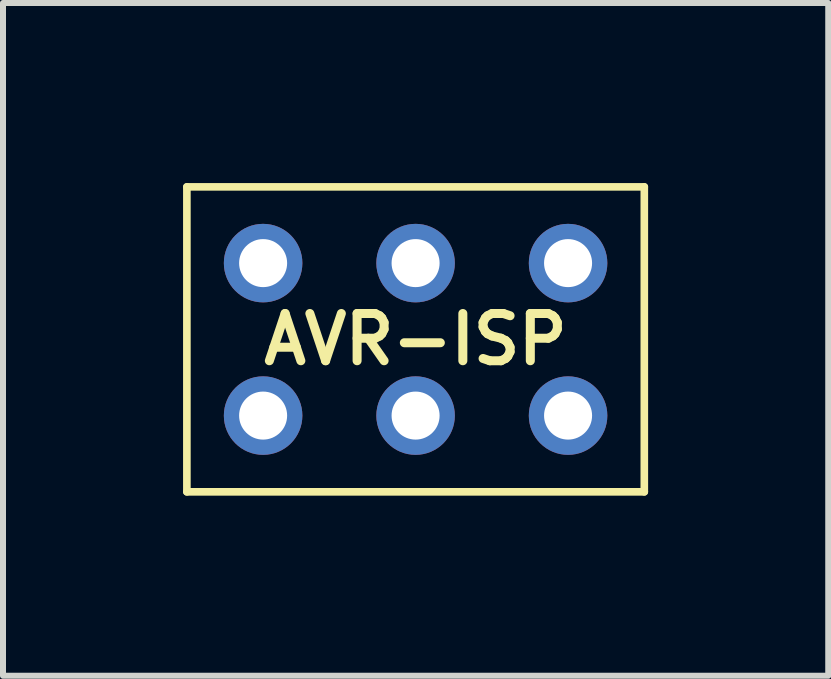
<source format=kicad_pcb>
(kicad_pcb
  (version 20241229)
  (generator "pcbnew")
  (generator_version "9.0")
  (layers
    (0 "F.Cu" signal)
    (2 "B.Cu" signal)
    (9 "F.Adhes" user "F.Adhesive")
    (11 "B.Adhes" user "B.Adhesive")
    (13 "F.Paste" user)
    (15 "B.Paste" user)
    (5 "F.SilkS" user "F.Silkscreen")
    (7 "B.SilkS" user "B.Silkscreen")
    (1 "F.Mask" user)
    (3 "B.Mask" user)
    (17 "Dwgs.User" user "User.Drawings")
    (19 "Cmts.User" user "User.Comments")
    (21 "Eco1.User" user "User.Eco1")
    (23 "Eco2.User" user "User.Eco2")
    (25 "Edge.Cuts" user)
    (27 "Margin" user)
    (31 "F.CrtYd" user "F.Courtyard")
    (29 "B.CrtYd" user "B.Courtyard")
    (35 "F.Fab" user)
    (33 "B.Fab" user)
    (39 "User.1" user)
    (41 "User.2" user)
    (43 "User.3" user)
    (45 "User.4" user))
  (footprint "AVR-ISP"
    (layer "F.Cu")
    (at 3.873 2.603)
    (property "Reference" "AVR-ISP" (at 0 0 0) (layer "F.SilkS") (effects (font (size 0.787 0.787) (thickness 0.15))))
    (attr through_hole)
    (fp_line (start -3.81 -2.54) (end 3.81 -2.54) (stroke (width 0.127) (type solid)) (layer "F.SilkS"))
    (fp_line (start -3.81 2.54) (end -3.81 -2.54) (stroke (width 0.127) (type solid)) (layer "F.SilkS"))
    (fp_line (start 3.81 -2.54) (end 3.81 2.54) (stroke (width 0.127) (type solid)) (layer "F.SilkS"))
    (fp_line (start 3.81 2.54) (end -3.81 2.54) (stroke (width 0.127) (type solid)) (layer "F.SilkS"))
    (pad "GND" thru_hole circle (at 2.54 -1.27) (size 1.308 1.308) (drill 0.8) (layers "*.Cu" "*.Mask"))
    (pad "MISO" thru_hole circle (at -2.54 1.27) (size 1.308 1.308) (drill 0.8) (layers "*.Cu" "*.Mask"))
    (pad "MOSI" thru_hole circle (at 0 -1.27) (size 1.308 1.308) (drill 0.8) (layers "*.Cu" "*.Mask"))
    (pad "RST" thru_hole circle (at 2.54 1.27) (size 1.308 1.308) (drill 0.8) (layers "*.Cu" "*.Mask"))
    (pad "SCK" thru_hole circle (at 0 1.27) (size 1.308 1.308) (drill 0.8) (layers "*.Cu" "*.Mask"))
    (pad "VCC" thru_hole circle (at -2.54 -1.27) (size 1.308 1.308) (drill 0.8) (layers "*.Cu" "*.Mask")))
  (gr_rect
    (start -3 -3)
    (end 10.747 8.207)
    (stroke (width 0.1) (type default))
    (fill no)
    (layer "Edge.Cuts")))
</source>
